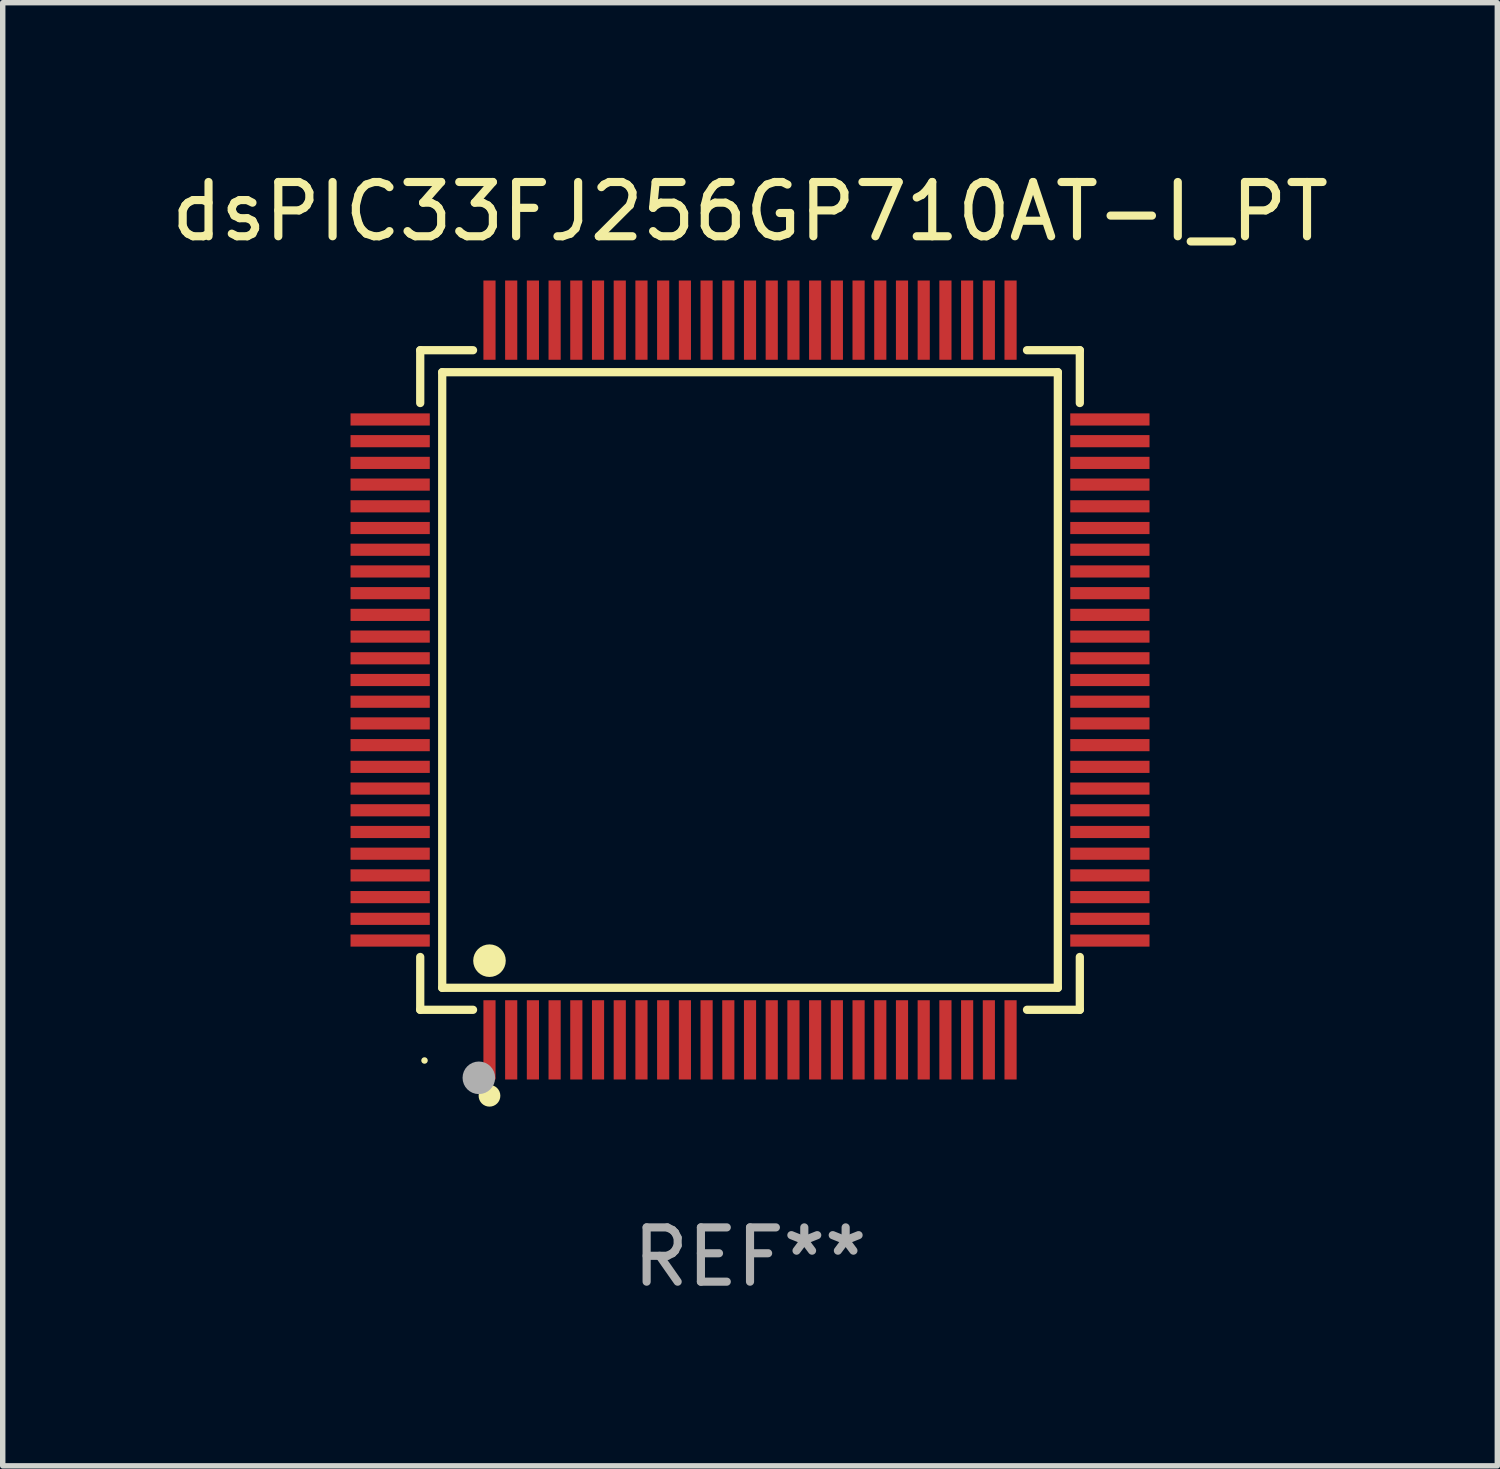
<source format=kicad_pcb>
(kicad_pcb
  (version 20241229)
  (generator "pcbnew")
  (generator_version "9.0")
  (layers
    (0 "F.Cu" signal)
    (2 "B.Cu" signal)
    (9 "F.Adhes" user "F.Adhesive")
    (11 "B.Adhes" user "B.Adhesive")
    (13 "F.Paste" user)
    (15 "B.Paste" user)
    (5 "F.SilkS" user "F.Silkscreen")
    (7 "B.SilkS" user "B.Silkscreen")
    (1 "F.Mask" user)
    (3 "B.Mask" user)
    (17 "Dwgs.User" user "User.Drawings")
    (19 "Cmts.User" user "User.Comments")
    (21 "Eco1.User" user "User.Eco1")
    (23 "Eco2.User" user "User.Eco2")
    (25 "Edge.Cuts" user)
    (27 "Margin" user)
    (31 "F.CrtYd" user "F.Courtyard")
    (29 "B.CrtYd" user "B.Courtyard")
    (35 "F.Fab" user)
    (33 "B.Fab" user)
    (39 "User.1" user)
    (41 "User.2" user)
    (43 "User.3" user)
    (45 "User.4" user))
  (footprint "dsPIC33FJ256GP710AT-I_PT"
    (layer "F.Cu")
    (at 10.768 9.478)
    (property "Reference" "dsPIC33FJ256GP710AT-I_PT" (at 0 -8.63 0) (layer "F.SilkS") (effects (font (size 1 1) (thickness 0.15))))
    (attr through_hole)
    (fp_line (start -6.076 -6.076) (end -5.103 -6.076) (stroke (width 0.152) (type solid)) (layer "F.SilkS"))
    (fp_line (start -6.076 -5.103) (end -6.076 -6.076) (stroke (width 0.152) (type solid)) (layer "F.SilkS"))
    (fp_line (start -6.076 5.103) (end -6.076 6.076) (stroke (width 0.152) (type solid)) (layer "F.SilkS"))
    (fp_line (start -6.076 6.076) (end -5.103 6.076) (stroke (width 0.152) (type solid)) (layer "F.SilkS"))
    (fp_line (start -5.671 -5.671) (end 5.671 -5.671) (stroke (width 0.152) (type solid)) (layer "F.SilkS"))
    (fp_line (start -5.671 5.671) (end -5.671 -5.671) (stroke (width 0.152) (type solid)) (layer "F.SilkS"))
    (fp_line (start 5.671 -5.671) (end 5.671 5.671) (stroke (width 0.152) (type solid)) (layer "F.SilkS"))
    (fp_line (start 5.671 5.671) (end -5.671 5.671) (stroke (width 0.152) (type solid)) (layer "F.SilkS"))
    (fp_line (start 6.076 -6.076) (end 5.103 -6.076) (stroke (width 0.152) (type solid)) (layer "F.SilkS"))
    (fp_line (start 6.076 -5.103) (end 6.076 -6.076) (stroke (width 0.152) (type solid)) (layer "F.SilkS"))
    (fp_line (start 6.076 5.103) (end 6.076 6.076) (stroke (width 0.152) (type solid)) (layer "F.SilkS"))
    (fp_line (start 6.076 6.076) (end 5.103 6.076) (stroke (width 0.152) (type solid)) (layer "F.SilkS"))
    (fp_circle (center -5.997 7.01) (end -5.967 7.01) (stroke (width 0.06) (type solid)) (fill no) (layer "F.SilkS"))
    (fp_circle (center -4.8 5.171) (end -4.65 5.171) (stroke (width 0.3) (type solid)) (fill no) (layer "F.SilkS"))
    (fp_circle (center -4.8 7.66) (end -4.7 7.66) (stroke (width 0.2) (type solid)) (fill no) (layer "F.SilkS"))
    (fp_circle (center -4.996 7.329) (end -4.846 7.329) (stroke (width 0.3) (type solid)) (fill no) (layer "F.Fab"))
    (fp_text user "REF**" (at 0 10.63 0) (layer "F.Fab") (effects (font (size 1 1) (thickness 0.15))))
    (pad "1" smd rect (at -4.8 6.63) (size 0.224 1.46) (layers "F.Cu" "F.Mask" "F.Paste"))
    (pad "2" smd rect (at -4.4 6.63) (size 0.224 1.46) (layers "F.Cu" "F.Mask" "F.Paste"))
    (pad "3" smd rect (at -4 6.63) (size 0.224 1.46) (layers "F.Cu" "F.Mask" "F.Paste"))
    (pad "4" smd rect (at -3.6 6.63) (size 0.224 1.46) (layers "F.Cu" "F.Mask" "F.Paste"))
    (pad "5" smd rect (at -3.2 6.63) (size 0.224 1.46) (layers "F.Cu" "F.Mask" "F.Paste"))
    (pad "6" smd rect (at -2.8 6.63) (size 0.224 1.46) (layers "F.Cu" "F.Mask" "F.Paste"))
    (pad "7" smd rect (at -2.4 6.63) (size 0.224 1.46) (layers "F.Cu" "F.Mask" "F.Paste"))
    (pad "8" smd rect (at -2 6.63) (size 0.224 1.46) (layers "F.Cu" "F.Mask" "F.Paste"))
    (pad "9" smd rect (at -1.6 6.63) (size 0.224 1.46) (layers "F.Cu" "F.Mask" "F.Paste"))
    (pad "10" smd rect (at -1.2 6.63) (size 0.224 1.46) (layers "F.Cu" "F.Mask" "F.Paste"))
    (pad "11" smd rect (at -0.8 6.63) (size 0.224 1.46) (layers "F.Cu" "F.Mask" "F.Paste"))
    (pad "12" smd rect (at -0.4 6.63) (size 0.224 1.46) (layers "F.Cu" "F.Mask" "F.Paste"))
    (pad "13" smd rect (at 0 6.63) (size 0.224 1.46) (layers "F.Cu" "F.Mask" "F.Paste"))
    (pad "14" smd rect (at 0.4 6.63) (size 0.224 1.46) (layers "F.Cu" "F.Mask" "F.Paste"))
    (pad "15" smd rect (at 0.8 6.63) (size 0.224 1.46) (layers "F.Cu" "F.Mask" "F.Paste"))
    (pad "16" smd rect (at 1.2 6.63) (size 0.224 1.46) (layers "F.Cu" "F.Mask" "F.Paste"))
    (pad "17" smd rect (at 1.6 6.63) (size 0.224 1.46) (layers "F.Cu" "F.Mask" "F.Paste"))
    (pad "18" smd rect (at 2 6.63) (size 0.224 1.46) (layers "F.Cu" "F.Mask" "F.Paste"))
    (pad "19" smd rect (at 2.4 6.63) (size 0.224 1.46) (layers "F.Cu" "F.Mask" "F.Paste"))
    (pad "20" smd rect (at 2.8 6.63) (size 0.224 1.46) (layers "F.Cu" "F.Mask" "F.Paste"))
    (pad "21" smd rect (at 3.2 6.63) (size 0.224 1.46) (layers "F.Cu" "F.Mask" "F.Paste"))
    (pad "22" smd rect (at 3.6 6.63) (size 0.224 1.46) (layers "F.Cu" "F.Mask" "F.Paste"))
    (pad "23" smd rect (at 4 6.63) (size 0.224 1.46) (layers "F.Cu" "F.Mask" "F.Paste"))
    (pad "24" smd rect (at 4.4 6.63) (size 0.224 1.46) (layers "F.Cu" "F.Mask" "F.Paste"))
    (pad "25" smd rect (at 4.8 6.63) (size 0.224 1.46) (layers "F.Cu" "F.Mask" "F.Paste"))
    (pad "26" smd rect (at 6.63 4.8) (size 1.46 0.224) (layers "F.Cu" "F.Mask" "F.Paste"))
    (pad "27" smd rect (at 6.63 4.4) (size 1.46 0.224) (layers "F.Cu" "F.Mask" "F.Paste"))
    (pad "28" smd rect (at 6.63 4) (size 1.46 0.224) (layers "F.Cu" "F.Mask" "F.Paste"))
    (pad "29" smd rect (at 6.63 3.6) (size 1.46 0.224) (layers "F.Cu" "F.Mask" "F.Paste"))
    (pad "30" smd rect (at 6.63 3.2) (size 1.46 0.224) (layers "F.Cu" "F.Mask" "F.Paste"))
    (pad "31" smd rect (at 6.63 2.8) (size 1.46 0.224) (layers "F.Cu" "F.Mask" "F.Paste"))
    (pad "32" smd rect (at 6.63 2.4) (size 1.46 0.224) (layers "F.Cu" "F.Mask" "F.Paste"))
    (pad "33" smd rect (at 6.63 2) (size 1.46 0.224) (layers "F.Cu" "F.Mask" "F.Paste"))
    (pad "34" smd rect (at 6.63 1.6) (size 1.46 0.224) (layers "F.Cu" "F.Mask" "F.Paste"))
    (pad "35" smd rect (at 6.63 1.2) (size 1.46 0.224) (layers "F.Cu" "F.Mask" "F.Paste"))
    (pad "36" smd rect (at 6.63 0.8) (size 1.46 0.224) (layers "F.Cu" "F.Mask" "F.Paste"))
    (pad "37" smd rect (at 6.63 0.4) (size 1.46 0.224) (layers "F.Cu" "F.Mask" "F.Paste"))
    (pad "38" smd rect (at 6.63 0) (size 1.46 0.224) (layers "F.Cu" "F.Mask" "F.Paste"))
    (pad "39" smd rect (at 6.63 -0.4) (size 1.46 0.224) (layers "F.Cu" "F.Mask" "F.Paste"))
    (pad "40" smd rect (at 6.63 -0.8) (size 1.46 0.224) (layers "F.Cu" "F.Mask" "F.Paste"))
    (pad "41" smd rect (at 6.63 -1.2) (size 1.46 0.224) (layers "F.Cu" "F.Mask" "F.Paste"))
    (pad "42" smd rect (at 6.63 -1.6) (size 1.46 0.224) (layers "F.Cu" "F.Mask" "F.Paste"))
    (pad "43" smd rect (at 6.63 -2) (size 1.46 0.224) (layers "F.Cu" "F.Mask" "F.Paste"))
    (pad "44" smd rect (at 6.63 -2.4) (size 1.46 0.224) (layers "F.Cu" "F.Mask" "F.Paste"))
    (pad "45" smd rect (at 6.63 -2.8) (size 1.46 0.224) (layers "F.Cu" "F.Mask" "F.Paste"))
    (pad "46" smd rect (at 6.63 -3.2) (size 1.46 0.224) (layers "F.Cu" "F.Mask" "F.Paste"))
    (pad "47" smd rect (at 6.63 -3.6) (size 1.46 0.224) (layers "F.Cu" "F.Mask" "F.Paste"))
    (pad "48" smd rect (at 6.63 -4) (size 1.46 0.224) (layers "F.Cu" "F.Mask" "F.Paste"))
    (pad "49" smd rect (at 6.63 -4.4) (size 1.46 0.224) (layers "F.Cu" "F.Mask" "F.Paste"))
    (pad "50" smd rect (at 6.63 -4.8) (size 1.46 0.224) (layers "F.Cu" "F.Mask" "F.Paste"))
    (pad "51" smd rect (at 4.8 -6.63) (size 0.224 1.46) (layers "F.Cu" "F.Mask" "F.Paste"))
    (pad "52" smd rect (at 4.4 -6.63) (size 0.224 1.46) (layers "F.Cu" "F.Mask" "F.Paste"))
    (pad "53" smd rect (at 4 -6.63) (size 0.224 1.46) (layers "F.Cu" "F.Mask" "F.Paste"))
    (pad "54" smd rect (at 3.6 -6.63) (size 0.224 1.46) (layers "F.Cu" "F.Mask" "F.Paste"))
    (pad "55" smd rect (at 3.2 -6.63) (size 0.224 1.46) (layers "F.Cu" "F.Mask" "F.Paste"))
    (pad "56" smd rect (at 2.8 -6.63) (size 0.224 1.46) (layers "F.Cu" "F.Mask" "F.Paste"))
    (pad "57" smd rect (at 2.4 -6.63) (size 0.224 1.46) (layers "F.Cu" "F.Mask" "F.Paste"))
    (pad "58" smd rect (at 2 -6.63) (size 0.224 1.46) (layers "F.Cu" "F.Mask" "F.Paste"))
    (pad "59" smd rect (at 1.6 -6.63) (size 0.224 1.46) (layers "F.Cu" "F.Mask" "F.Paste"))
    (pad "60" smd rect (at 1.2 -6.63) (size 0.224 1.46) (layers "F.Cu" "F.Mask" "F.Paste"))
    (pad "61" smd rect (at 0.8 -6.63) (size 0.224 1.46) (layers "F.Cu" "F.Mask" "F.Paste"))
    (pad "62" smd rect (at 0.4 -6.63) (size 0.224 1.46) (layers "F.Cu" "F.Mask" "F.Paste"))
    (pad "63" smd rect (at 0 -6.63) (size 0.224 1.46) (layers "F.Cu" "F.Mask" "F.Paste"))
    (pad "64" smd rect (at -0.4 -6.63) (size 0.224 1.46) (layers "F.Cu" "F.Mask" "F.Paste"))
    (pad "65" smd rect (at -0.8 -6.63) (size 0.224 1.46) (layers "F.Cu" "F.Mask" "F.Paste"))
    (pad "66" smd rect (at -1.2 -6.63) (size 0.224 1.46) (layers "F.Cu" "F.Mask" "F.Paste"))
    (pad "67" smd rect (at -1.6 -6.63) (size 0.224 1.46) (layers "F.Cu" "F.Mask" "F.Paste"))
    (pad "68" smd rect (at -2 -6.63) (size 0.224 1.46) (layers "F.Cu" "F.Mask" "F.Paste"))
    (pad "69" smd rect (at -2.4 -6.63) (size 0.224 1.46) (layers "F.Cu" "F.Mask" "F.Paste"))
    (pad "70" smd rect (at -2.8 -6.63) (size 0.224 1.46) (layers "F.Cu" "F.Mask" "F.Paste"))
    (pad "71" smd rect (at -3.2 -6.63) (size 0.224 1.46) (layers "F.Cu" "F.Mask" "F.Paste"))
    (pad "72" smd rect (at -3.6 -6.63) (size 0.224 1.46) (layers "F.Cu" "F.Mask" "F.Paste"))
    (pad "73" smd rect (at -4 -6.63) (size 0.224 1.46) (layers "F.Cu" "F.Mask" "F.Paste"))
    (pad "74" smd rect (at -4.4 -6.63) (size 0.224 1.46) (layers "F.Cu" "F.Mask" "F.Paste"))
    (pad "75" smd rect (at -4.8 -6.63) (size 0.224 1.46) (layers "F.Cu" "F.Mask" "F.Paste"))
    (pad "76" smd rect (at -6.63 -4.8) (size 1.46 0.224) (layers "F.Cu" "F.Mask" "F.Paste"))
    (pad "77" smd rect (at -6.63 -4.4) (size 1.46 0.224) (layers "F.Cu" "F.Mask" "F.Paste"))
    (pad "78" smd rect (at -6.63 -4) (size 1.46 0.224) (layers "F.Cu" "F.Mask" "F.Paste"))
    (pad "79" smd rect (at -6.63 -3.6) (size 1.46 0.224) (layers "F.Cu" "F.Mask" "F.Paste"))
    (pad "80" smd rect (at -6.63 -3.2) (size 1.46 0.224) (layers "F.Cu" "F.Mask" "F.Paste"))
    (pad "81" smd rect (at -6.63 -2.8) (size 1.46 0.224) (layers "F.Cu" "F.Mask" "F.Paste"))
    (pad "82" smd rect (at -6.63 -2.4) (size 1.46 0.224) (layers "F.Cu" "F.Mask" "F.Paste"))
    (pad "83" smd rect (at -6.63 -2) (size 1.46 0.224) (layers "F.Cu" "F.Mask" "F.Paste"))
    (pad "84" smd rect (at -6.63 -1.6) (size 1.46 0.224) (layers "F.Cu" "F.Mask" "F.Paste"))
    (pad "85" smd rect (at -6.63 -1.2) (size 1.46 0.224) (layers "F.Cu" "F.Mask" "F.Paste"))
    (pad "86" smd rect (at -6.63 -0.8) (size 1.46 0.224) (layers "F.Cu" "F.Mask" "F.Paste"))
    (pad "87" smd rect (at -6.63 -0.4) (size 1.46 0.224) (layers "F.Cu" "F.Mask" "F.Paste"))
    (pad "88" smd rect (at -6.63 0) (size 1.46 0.224) (layers "F.Cu" "F.Mask" "F.Paste"))
    (pad "89" smd rect (at -6.63 0.4) (size 1.46 0.224) (layers "F.Cu" "F.Mask" "F.Paste"))
    (pad "90" smd rect (at -6.63 0.8) (size 1.46 0.224) (layers "F.Cu" "F.Mask" "F.Paste"))
    (pad "91" smd rect (at -6.63 1.2) (size 1.46 0.224) (layers "F.Cu" "F.Mask" "F.Paste"))
    (pad "92" smd rect (at -6.63 1.6) (size 1.46 0.224) (layers "F.Cu" "F.Mask" "F.Paste"))
    (pad "93" smd rect (at -6.63 2) (size 1.46 0.224) (layers "F.Cu" "F.Mask" "F.Paste"))
    (pad "94" smd rect (at -6.63 2.4) (size 1.46 0.224) (layers "F.Cu" "F.Mask" "F.Paste"))
    (pad "95" smd rect (at -6.63 2.8) (size 1.46 0.224) (layers "F.Cu" "F.Mask" "F.Paste"))
    (pad "96" smd rect (at -6.63 3.2) (size 1.46 0.224) (layers "F.Cu" "F.Mask" "F.Paste"))
    (pad "97" smd rect (at -6.63 3.6) (size 1.46 0.224) (layers "F.Cu" "F.Mask" "F.Paste"))
    (pad "98" smd rect (at -6.63 4) (size 1.46 0.224) (layers "F.Cu" "F.Mask" "F.Paste"))
    (pad "99" smd rect (at -6.63 4.4) (size 1.46 0.224) (layers "F.Cu" "F.Mask" "F.Paste"))
    (pad "100" smd rect (at -6.63 4.8) (size 1.46 0.224) (layers "F.Cu" "F.Mask" "F.Paste")))
  (gr_rect
    (start -3 -3)
    (end 24.536 23.956)
    (stroke (width 0.1) (type default))
    (fill no)
    (layer "Edge.Cuts")))
</source>
